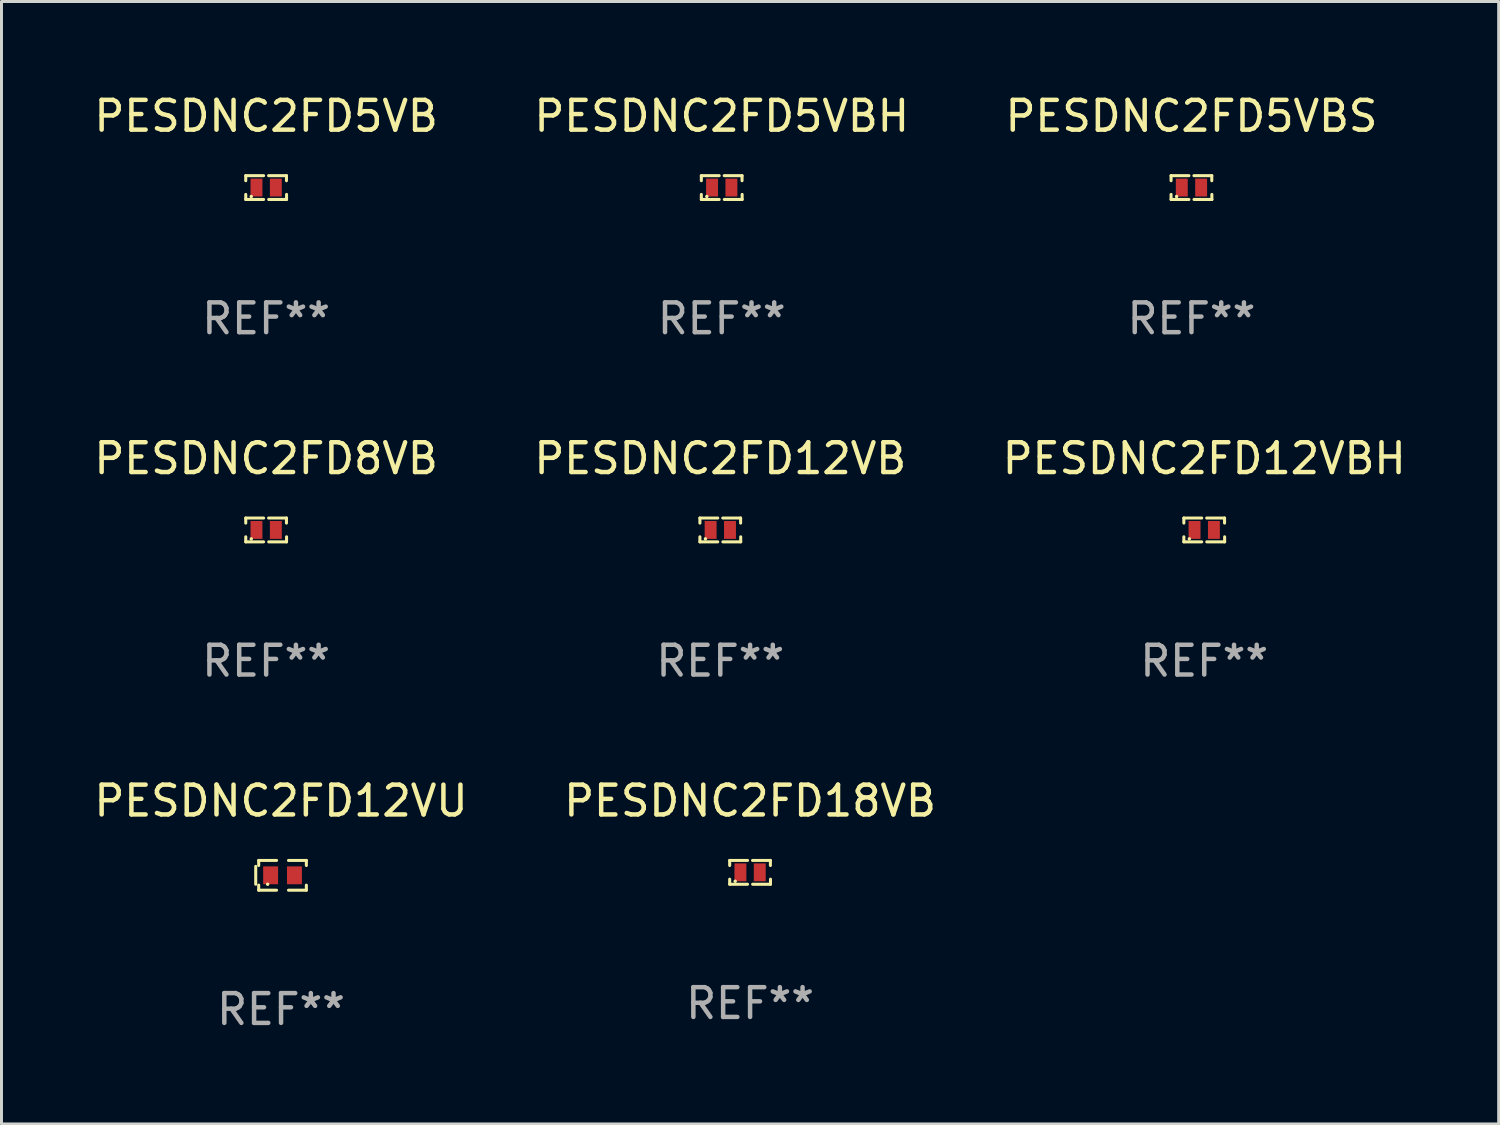
<source format=kicad_pcb>
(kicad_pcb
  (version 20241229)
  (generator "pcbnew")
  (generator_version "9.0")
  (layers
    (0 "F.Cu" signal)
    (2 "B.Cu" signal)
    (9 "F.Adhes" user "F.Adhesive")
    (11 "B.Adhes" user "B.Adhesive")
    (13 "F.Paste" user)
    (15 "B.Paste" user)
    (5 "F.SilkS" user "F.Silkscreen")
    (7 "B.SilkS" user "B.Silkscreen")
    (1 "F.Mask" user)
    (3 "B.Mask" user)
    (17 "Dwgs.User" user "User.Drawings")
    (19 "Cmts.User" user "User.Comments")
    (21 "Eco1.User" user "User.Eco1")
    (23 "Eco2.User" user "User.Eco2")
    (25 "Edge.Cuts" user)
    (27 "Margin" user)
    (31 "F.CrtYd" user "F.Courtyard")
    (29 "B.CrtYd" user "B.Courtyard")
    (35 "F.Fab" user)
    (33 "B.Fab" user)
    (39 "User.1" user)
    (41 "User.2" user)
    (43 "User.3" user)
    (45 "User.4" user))
  (footprint "PESDNC2FD12VB"
    (layer "F.Cu")
    (at 21.137 14.745)
    (property "Reference" "PESDNC2FD12VB" (at 0 -2.4 0) (layer "F.SilkS") (effects (font (size 1 1) (thickness 0.15))))
    (attr through_hole)
    (fp_line (start -0.685 -0.4) (end -0.685 -0.23) (stroke (width 0.102) (type solid)) (layer "F.SilkS"))
    (fp_line (start -0.685 0.4) (end -0.685 0.23) (stroke (width 0.102) (type solid)) (layer "F.SilkS"))
    (fp_line (start -0.085 -0.4) (end -0.685 -0.4) (stroke (width 0.102) (type solid)) (layer "F.SilkS"))
    (fp_line (start -0.085 0.4) (end -0.685 0.4) (stroke (width 0.102) (type solid)) (layer "F.SilkS"))
    (fp_line (start 0.082 -0.4) (end 0.682 -0.4) (stroke (width 0.102) (type solid)) (layer "F.SilkS"))
    (fp_line (start 0.085 0.4) (end 0.685 0.4) (stroke (width 0.102) (type solid)) (layer "F.SilkS"))
    (fp_line (start 0.682 -0.4) (end 0.682 -0.23) (stroke (width 0.102) (type solid)) (layer "F.SilkS"))
    (fp_line (start 0.685 0.4) (end 0.685 0.23) (stroke (width 0.102) (type solid)) (layer "F.SilkS"))
    (fp_circle (center -0.5 0.3) (end -0.47 0.3) (stroke (width 0.06) (type solid)) (fill no) (layer "F.SilkS"))
    (fp_text user "REF**" (at 0 4.4 0) (layer "F.Fab") (effects (font (size 1 1) (thickness 0.15))))
    (pad "1" smd rect (at -0.325 0) (size 0.4 0.6) (layers "F.Cu" "F.Mask" "F.Paste"))
    (pad "2" smd rect (at 0.325 0) (size 0.4 0.6) (layers "F.Cu" "F.Mask" "F.Paste")))
  (footprint "PESDNC2FD5VBS"
    (layer "F.Cu")
    (at 36.958 3.248)
    (property "Reference" "PESDNC2FD5VBS" (at 0 -2.4 0) (layer "F.SilkS") (effects (font (size 1 1) (thickness 0.15))))
    (attr through_hole)
    (fp_line (start -0.685 -0.4) (end -0.685 -0.23) (stroke (width 0.102) (type solid)) (layer "F.SilkS"))
    (fp_line (start -0.685 0.4) (end -0.685 0.23) (stroke (width 0.102) (type solid)) (layer "F.SilkS"))
    (fp_line (start -0.085 -0.4) (end -0.685 -0.4) (stroke (width 0.102) (type solid)) (layer "F.SilkS"))
    (fp_line (start -0.085 0.4) (end -0.685 0.4) (stroke (width 0.102) (type solid)) (layer "F.SilkS"))
    (fp_line (start 0.082 -0.4) (end 0.682 -0.4) (stroke (width 0.102) (type solid)) (layer "F.SilkS"))
    (fp_line (start 0.085 0.4) (end 0.685 0.4) (stroke (width 0.102) (type solid)) (layer "F.SilkS"))
    (fp_line (start 0.682 -0.4) (end 0.682 -0.23) (stroke (width 0.102) (type solid)) (layer "F.SilkS"))
    (fp_line (start 0.685 0.4) (end 0.685 0.23) (stroke (width 0.102) (type solid)) (layer "F.SilkS"))
    (fp_circle (center -0.5 0.3) (end -0.47 0.3) (stroke (width 0.06) (type solid)) (fill no) (layer "F.SilkS"))
    (fp_text user "REF**" (at 0 4.4 0) (layer "F.Fab") (effects (font (size 1 1) (thickness 0.15))))
    (pad "1" smd rect (at -0.325 0) (size 0.4 0.6) (layers "F.Cu" "F.Mask" "F.Paste"))
    (pad "2" smd rect (at 0.325 0) (size 0.4 0.6) (layers "F.Cu" "F.Mask" "F.Paste")))
  (footprint "PESDNC2FD8VB"
    (layer "F.Cu")
    (at 5.887 14.745)
    (property "Reference" "PESDNC2FD8VB" (at 0 -2.4 0) (layer "F.SilkS") (effects (font (size 1 1) (thickness 0.15))))
    (attr through_hole)
    (fp_line (start -0.685 -0.4) (end -0.685 -0.23) (stroke (width 0.102) (type solid)) (layer "F.SilkS"))
    (fp_line (start -0.685 0.4) (end -0.685 0.23) (stroke (width 0.102) (type solid)) (layer "F.SilkS"))
    (fp_line (start -0.085 -0.4) (end -0.685 -0.4) (stroke (width 0.102) (type solid)) (layer "F.SilkS"))
    (fp_line (start -0.085 0.4) (end -0.685 0.4) (stroke (width 0.102) (type solid)) (layer "F.SilkS"))
    (fp_line (start 0.082 -0.4) (end 0.682 -0.4) (stroke (width 0.102) (type solid)) (layer "F.SilkS"))
    (fp_line (start 0.085 0.4) (end 0.685 0.4) (stroke (width 0.102) (type solid)) (layer "F.SilkS"))
    (fp_line (start 0.682 -0.4) (end 0.682 -0.23) (stroke (width 0.102) (type solid)) (layer "F.SilkS"))
    (fp_line (start 0.685 0.4) (end 0.685 0.23) (stroke (width 0.102) (type solid)) (layer "F.SilkS"))
    (fp_circle (center -0.5 0.3) (end -0.47 0.3) (stroke (width 0.06) (type solid)) (fill no) (layer "F.SilkS"))
    (fp_text user "REF**" (at 0 4.4 0) (layer "F.Fab") (effects (font (size 1 1) (thickness 0.15))))
    (pad "1" smd rect (at -0.325 0) (size 0.4 0.6) (layers "F.Cu" "F.Mask" "F.Paste"))
    (pad "2" smd rect (at 0.325 0) (size 0.4 0.6) (layers "F.Cu" "F.Mask" "F.Paste")))
  (footprint "PESDNC2FD12VBH"
    (layer "F.Cu")
    (at 37.387 14.745)
    (property "Reference" "PESDNC2FD12VBH" (at 0 -2.4 0) (layer "F.SilkS") (effects (font (size 1 1) (thickness 0.15))))
    (attr through_hole)
    (fp_line (start -0.685 -0.4) (end -0.685 -0.23) (stroke (width 0.102) (type solid)) (layer "F.SilkS"))
    (fp_line (start -0.685 0.4) (end -0.685 0.23) (stroke (width 0.102) (type solid)) (layer "F.SilkS"))
    (fp_line (start -0.085 -0.4) (end -0.685 -0.4) (stroke (width 0.102) (type solid)) (layer "F.SilkS"))
    (fp_line (start -0.085 0.4) (end -0.685 0.4) (stroke (width 0.102) (type solid)) (layer "F.SilkS"))
    (fp_line (start 0.082 -0.4) (end 0.682 -0.4) (stroke (width 0.102) (type solid)) (layer "F.SilkS"))
    (fp_line (start 0.085 0.4) (end 0.685 0.4) (stroke (width 0.102) (type solid)) (layer "F.SilkS"))
    (fp_line (start 0.682 -0.4) (end 0.682 -0.23) (stroke (width 0.102) (type solid)) (layer "F.SilkS"))
    (fp_line (start 0.685 0.4) (end 0.685 0.23) (stroke (width 0.102) (type solid)) (layer "F.SilkS"))
    (fp_circle (center -0.5 0.3) (end -0.47 0.3) (stroke (width 0.06) (type solid)) (fill no) (layer "F.SilkS"))
    (fp_text user "REF**" (at 0 4.4 0) (layer "F.Fab") (effects (font (size 1 1) (thickness 0.15))))
    (pad "1" smd rect (at -0.325 0) (size 0.4 0.6) (layers "F.Cu" "F.Mask" "F.Paste"))
    (pad "2" smd rect (at 0.325 0) (size 0.4 0.6) (layers "F.Cu" "F.Mask" "F.Paste")))
  (footprint "PESDNC2FD5VBH"
    (layer "F.Cu")
    (at 21.185 3.248)
    (property "Reference" "PESDNC2FD5VBH" (at 0 -2.4 0) (layer "F.SilkS") (effects (font (size 1 1) (thickness 0.15))))
    (attr through_hole)
    (fp_line (start -0.685 -0.4) (end -0.685 -0.23) (stroke (width 0.102) (type solid)) (layer "F.SilkS"))
    (fp_line (start -0.685 0.4) (end -0.685 0.23) (stroke (width 0.102) (type solid)) (layer "F.SilkS"))
    (fp_line (start -0.085 -0.4) (end -0.685 -0.4) (stroke (width 0.102) (type solid)) (layer "F.SilkS"))
    (fp_line (start -0.085 0.4) (end -0.685 0.4) (stroke (width 0.102) (type solid)) (layer "F.SilkS"))
    (fp_line (start 0.082 -0.4) (end 0.682 -0.4) (stroke (width 0.102) (type solid)) (layer "F.SilkS"))
    (fp_line (start 0.085 0.4) (end 0.685 0.4) (stroke (width 0.102) (type solid)) (layer "F.SilkS"))
    (fp_line (start 0.682 -0.4) (end 0.682 -0.23) (stroke (width 0.102) (type solid)) (layer "F.SilkS"))
    (fp_line (start 0.685 0.4) (end 0.685 0.23) (stroke (width 0.102) (type solid)) (layer "F.SilkS"))
    (fp_circle (center -0.5 0.3) (end -0.47 0.3) (stroke (width 0.06) (type solid)) (fill no) (layer "F.SilkS"))
    (fp_text user "REF**" (at 0 4.4 0) (layer "F.Fab") (effects (font (size 1 1) (thickness 0.15))))
    (pad "1" smd rect (at -0.325 0) (size 0.4 0.6) (layers "F.Cu" "F.Mask" "F.Paste"))
    (pad "2" smd rect (at 0.325 0) (size 0.4 0.6) (layers "F.Cu" "F.Mask" "F.Paste")))
  (footprint "PESDNC2FD18VB"
    (layer "F.Cu")
    (at 22.137 26.242)
    (property "Reference" "PESDNC2FD18VB" (at 0 -2.4 0) (layer "F.SilkS") (effects (font (size 1 1) (thickness 0.15))))
    (attr through_hole)
    (fp_line (start -0.685 -0.4) (end -0.685 -0.23) (stroke (width 0.102) (type solid)) (layer "F.SilkS"))
    (fp_line (start -0.685 0.4) (end -0.685 0.23) (stroke (width 0.102) (type solid)) (layer "F.SilkS"))
    (fp_line (start -0.085 -0.4) (end -0.685 -0.4) (stroke (width 0.102) (type solid)) (layer "F.SilkS"))
    (fp_line (start -0.085 0.4) (end -0.685 0.4) (stroke (width 0.102) (type solid)) (layer "F.SilkS"))
    (fp_line (start 0.082 -0.4) (end 0.682 -0.4) (stroke (width 0.102) (type solid)) (layer "F.SilkS"))
    (fp_line (start 0.085 0.4) (end 0.685 0.4) (stroke (width 0.102) (type solid)) (layer "F.SilkS"))
    (fp_line (start 0.682 -0.4) (end 0.682 -0.23) (stroke (width 0.102) (type solid)) (layer "F.SilkS"))
    (fp_line (start 0.685 0.4) (end 0.685 0.23) (stroke (width 0.102) (type solid)) (layer "F.SilkS"))
    (fp_circle (center -0.5 0.3) (end -0.47 0.3) (stroke (width 0.06) (type solid)) (fill no) (layer "F.SilkS"))
    (fp_text user "REF**" (at 0 4.4 0) (layer "F.Fab") (effects (font (size 1 1) (thickness 0.15))))
    (pad "1" smd rect (at -0.325 0) (size 0.4 0.6) (layers "F.Cu" "F.Mask" "F.Paste"))
    (pad "2" smd rect (at 0.325 0) (size 0.4 0.6) (layers "F.Cu" "F.Mask" "F.Paste")))
  (footprint "PESDNC2FD5VB"
    (layer "F.Cu")
    (at 5.887 3.248)
    (property "Reference" "PESDNC2FD5VB" (at 0 -2.4 0) (layer "F.SilkS") (effects (font (size 1 1) (thickness 0.15))))
    (attr through_hole)
    (fp_line (start -0.685 -0.4) (end -0.685 -0.23) (stroke (width 0.102) (type solid)) (layer "F.SilkS"))
    (fp_line (start -0.685 0.4) (end -0.685 0.23) (stroke (width 0.102) (type solid)) (layer "F.SilkS"))
    (fp_line (start -0.085 -0.4) (end -0.685 -0.4) (stroke (width 0.102) (type solid)) (layer "F.SilkS"))
    (fp_line (start -0.085 0.4) (end -0.685 0.4) (stroke (width 0.102) (type solid)) (layer "F.SilkS"))
    (fp_line (start 0.082 -0.4) (end 0.682 -0.4) (stroke (width 0.102) (type solid)) (layer "F.SilkS"))
    (fp_line (start 0.085 0.4) (end 0.685 0.4) (stroke (width 0.102) (type solid)) (layer "F.SilkS"))
    (fp_line (start 0.682 -0.4) (end 0.682 -0.23) (stroke (width 0.102) (type solid)) (layer "F.SilkS"))
    (fp_line (start 0.685 0.4) (end 0.685 0.23) (stroke (width 0.102) (type solid)) (layer "F.SilkS"))
    (fp_circle (center -0.5 0.3) (end -0.47 0.3) (stroke (width 0.06) (type solid)) (fill no) (layer "F.SilkS"))
    (fp_text user "REF**" (at 0 4.4 0) (layer "F.Fab") (effects (font (size 1 1) (thickness 0.15))))
    (pad "1" smd rect (at -0.325 0) (size 0.4 0.6) (layers "F.Cu" "F.Mask" "F.Paste"))
    (pad "2" smd rect (at 0.325 0) (size 0.4 0.6) (layers "F.Cu" "F.Mask" "F.Paste")))
  (footprint "PESDNC2FD12VU"
    (layer "F.Cu")
    (at 6.387 26.342)
    (property "Reference" "PESDNC2FD12VU" (at 0 -2.5 0) (layer "F.SilkS") (effects (font (size 1 1) (thickness 0.15))))
    (attr through_hole)
    (fp_line (start -0.85 -0.3) (end -0.85 0.3) (stroke (width 0.102) (type solid)) (layer "F.SilkS"))
    (fp_line (start -0.75 -0.5) (end -0.75 -0.329) (stroke (width 0.102) (type solid)) (layer "F.SilkS"))
    (fp_line (start -0.75 0.329) (end -0.75 0.5) (stroke (width 0.102) (type solid)) (layer "F.SilkS"))
    (fp_line (start -0.75 0.5) (end -0.15 0.5) (stroke (width 0.102) (type solid)) (layer "F.SilkS"))
    (fp_line (start -0.15 -0.5) (end -0.75 -0.5) (stroke (width 0.102) (type solid)) (layer "F.SilkS"))
    (fp_line (start 0.25 -0.5) (end 0.85 -0.5) (stroke (width 0.102) (type solid)) (layer "F.SilkS"))
    (fp_line (start 0.85 -0.5) (end 0.85 -0.33) (stroke (width 0.102) (type solid)) (layer "F.SilkS"))
    (fp_line (start 0.85 0.33) (end 0.85 0.5) (stroke (width 0.102) (type solid)) (layer "F.SilkS"))
    (fp_line (start 0.85 0.5) (end 0.25 0.5) (stroke (width 0.102) (type solid)) (layer "F.SilkS"))
    (fp_circle (center -0.45 0.3) (end -0.42 0.3) (stroke (width 0.06) (type solid)) (fill no) (layer "F.SilkS"))
    (fp_text user "REF**" (at 0 4.5 0) (layer "F.Fab") (effects (font (size 1 1) (thickness 0.15))))
    (pad "1" smd rect (at -0.35 0) (size 0.5 0.6) (layers "F.Cu" "F.Mask" "F.Paste"))
    (pad "2" smd rect (at 0.45 0) (size 0.5 0.6) (layers "F.Cu" "F.Mask" "F.Paste")))
  (gr_rect
    (start -3 -3)
    (end 47.274 34.69)
    (stroke (width 0.1) (type default))
    (fill no)
    (layer "Edge.Cuts")))
</source>
